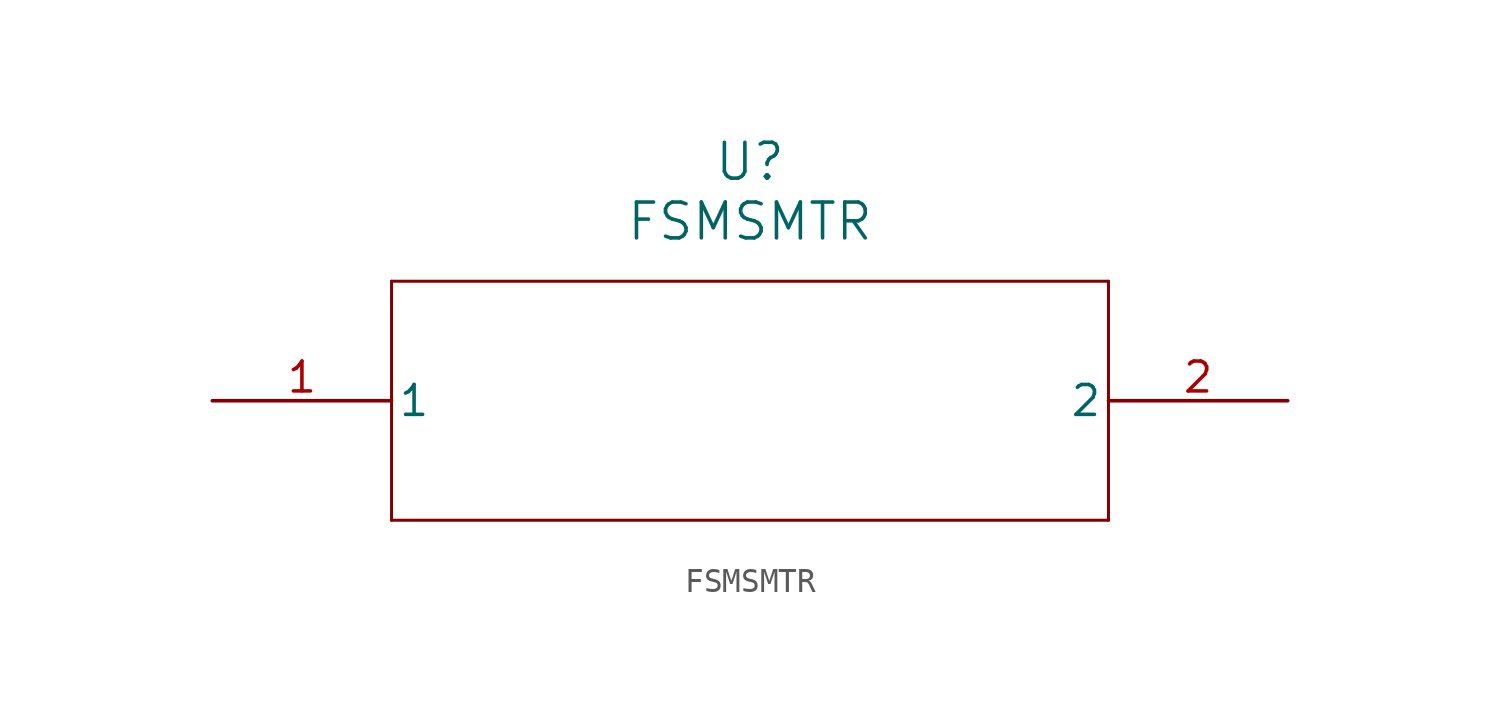
<source format=kicad_sym>
(kicad_symbol_lib
  (version 20211014)
  (generator kicad_symbol_editor)
  (symbol "FSMSMTR"
    (pin_names
      (offset 0.254))
    (property "Reference" "U"
      (at 22.86 10.16 0)
      (effects (font (size 1.524 1.524))))
    (property "Value" "FSMSMTR"
      (at 22.86 7.62 0)
      (effects (font (size 1.524 1.524))))
    (symbol "FSMSMTR_0_1"
      (polyline (pts (xy 7.62 5.08) (xy 7.62 -5.08)) (stroke (width 0.127) (type default) (color 0 0 0 0)) (fill (type none)))
      (polyline (pts (xy 7.62 -5.08) (xy 38.1 -5.08)) (stroke (width 0.127) (type default) (color 0 0 0 0)) (fill (type none)))
      (polyline (pts (xy 38.1 -5.08) (xy 38.1 5.08)) (stroke (width 0.127) (type default) (color 0 0 0 0)) (fill (type none)))
      (polyline (pts (xy 38.1 5.08) (xy 7.62 5.08)) (stroke (width 0.127) (type default) (color 0 0 0 0)) (fill (type none)))
      (pin unspecified line (at 0 0 0) (length 7.62) (name "1" (effects (font (size 1.27 1.27)))) (number "1" (effects (font (size 1.27 1.27)))))
      (pin unspecified line (at 45.72 0 180) (length 7.62) (name "2" (effects (font (size 1.27 1.27)))) (number "2" (effects (font (size 1.27 1.27))))))))
</source>
